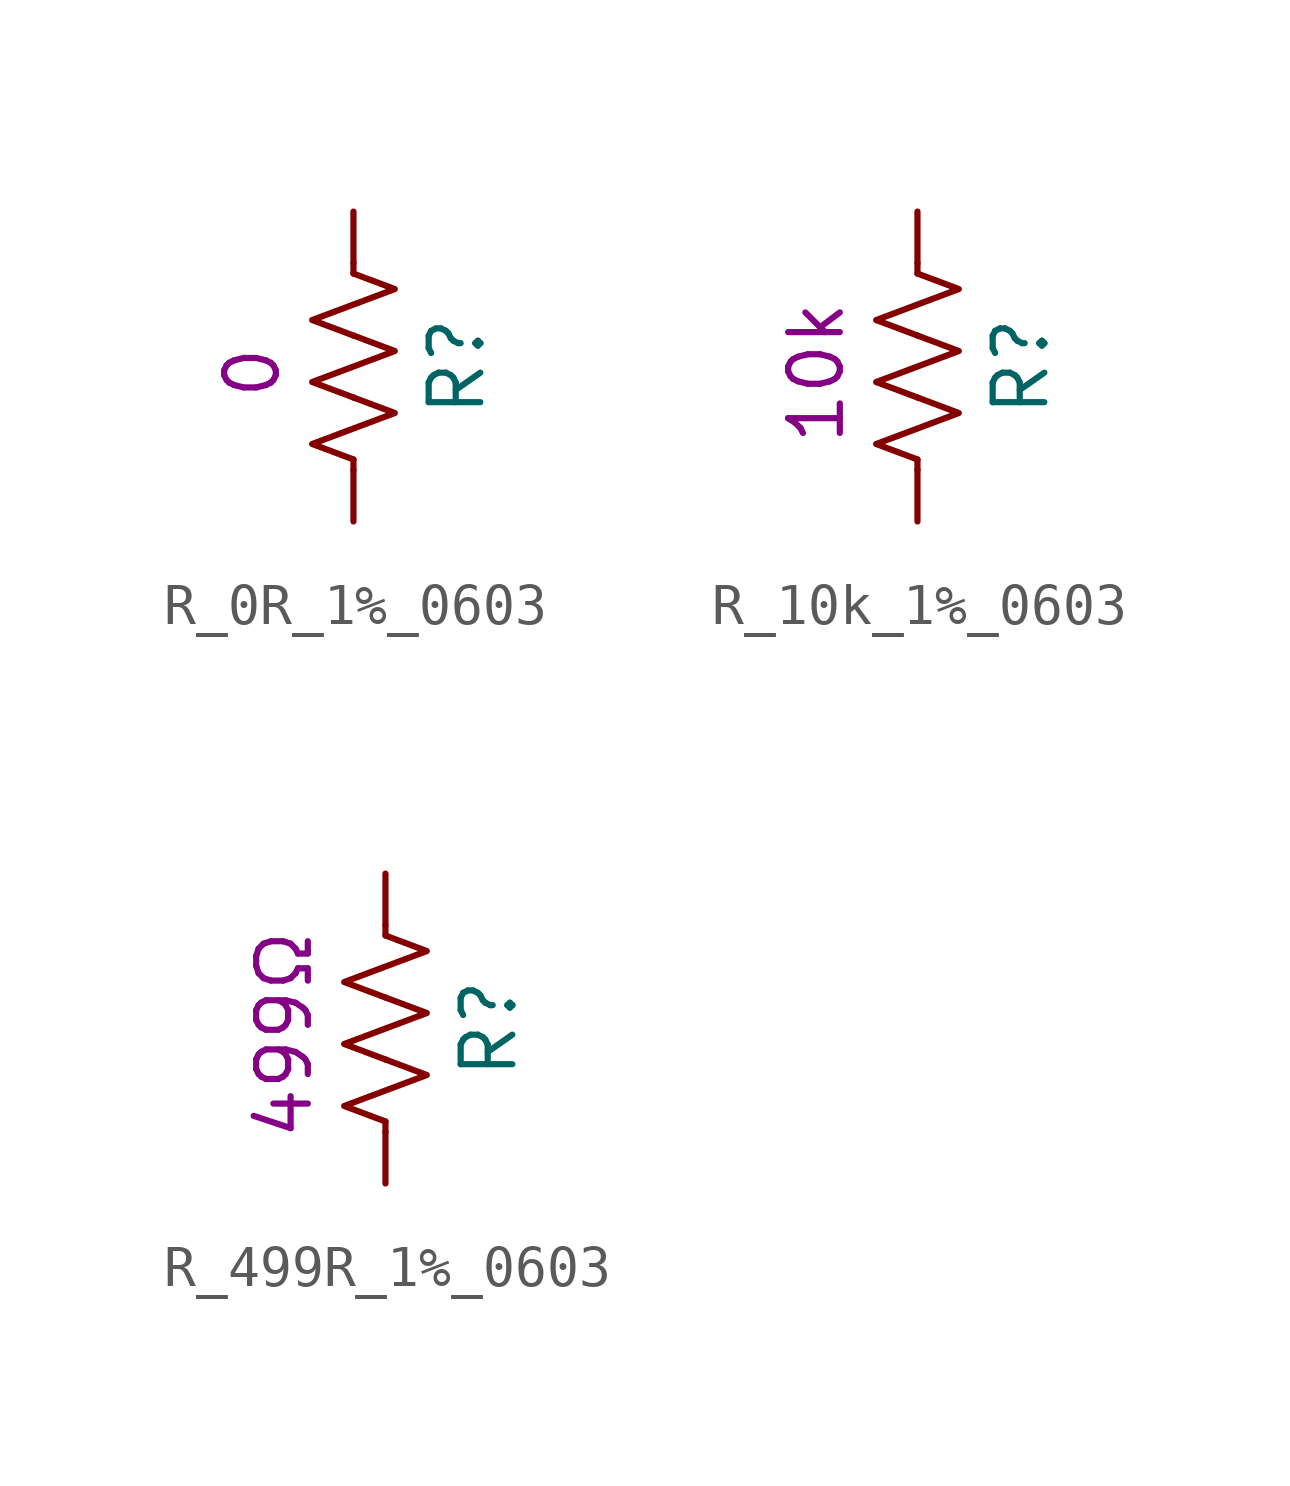
<source format=kicad_sym>
(kicad_symbol_lib
  (version 20211014)
  (generator kicad_symbol_editor)
  (symbol "R_0R_1%_0603"
    (pin_numbers hide)
    (pin_names
      (offset 0))
    (property "Reference" "R"
      (at 2.54 1.27 90)
      (effects (font (size 1.27 1.27))))
    (property "Res_value" "0"
      (at -2.489 1.118 90)
      (effects (font (size 1.27 1.27))))
    (symbol "R_0R_1%_0603_0_1"
      (polyline (pts (xy 0 -1.016) (xy 0 -1.27)) (stroke (width 0) (type default) (color 0 0 0 0)) (fill (type none)))
      (polyline (pts (xy 0 3.556) (xy 0 3.81)) (stroke (width 0) (type default) (color 0 0 0 0)) (fill (type none)))
      (polyline (pts (xy 0 0.508) (xy 1.016 0.127) (xy 0 -0.254) (xy -1.016 -0.635) (xy 0 -1.016)) (stroke (width 0) (type default) (color 0 0 0 0)) (fill (type none)))
      (polyline (pts (xy 0 2.032) (xy 1.016 1.651) (xy 0 1.27) (xy -1.016 0.889) (xy 0 0.508)) (stroke (width 0) (type default) (color 0 0 0 0)) (fill (type none)))
      (polyline (pts (xy 0 3.556) (xy 1.016 3.175) (xy 0 2.794) (xy -1.016 2.413) (xy 0 2.032)) (stroke (width 0) (type default) (color 0 0 0 0)) (fill (type none))))
    (symbol "R_0R_1%_0603_1_1"
      (pin passive line (at 0 5.08 270) (length 1.27) (name "~" (effects (font (size 1.27 1.27)))) (number "1" (effects (font (size 1.27 1.27)))))
      (pin passive line (at 0 -2.54 90) (length 1.27) (name "~" (effects (font (size 1.27 1.27)))) (number "2" (effects (font (size 1.27 1.27)))))))
  (symbol "R_10k_1%_0603"
    (pin_numbers hide)
    (pin_names
      (offset 0))
    (property "Reference" "R"
      (at 2.54 1.27 90)
      (effects (font (size 1.27 1.27))))
    (property "Res_value" "10k"
      (at -2.489 1.118 90)
      (effects (font (size 1.27 1.27))))
    (symbol "R_10k_1%_0603_0_1"
      (polyline (pts (xy 0 -1.016) (xy 0 -1.27)) (stroke (width 0) (type default) (color 0 0 0 0)) (fill (type none)))
      (polyline (pts (xy 0 3.556) (xy 0 3.81)) (stroke (width 0) (type default) (color 0 0 0 0)) (fill (type none)))
      (polyline (pts (xy 0 0.508) (xy 1.016 0.127) (xy 0 -0.254) (xy -1.016 -0.635) (xy 0 -1.016)) (stroke (width 0) (type default) (color 0 0 0 0)) (fill (type none)))
      (polyline (pts (xy 0 2.032) (xy 1.016 1.651) (xy 0 1.27) (xy -1.016 0.889) (xy 0 0.508)) (stroke (width 0) (type default) (color 0 0 0 0)) (fill (type none)))
      (polyline (pts (xy 0 3.556) (xy 1.016 3.175) (xy 0 2.794) (xy -1.016 2.413) (xy 0 2.032)) (stroke (width 0) (type default) (color 0 0 0 0)) (fill (type none))))
    (symbol "R_10k_1%_0603_1_1"
      (pin passive line (at 0 5.08 270) (length 1.27) (name "~" (effects (font (size 1.27 1.27)))) (number "1" (effects (font (size 1.27 1.27)))))
      (pin passive line (at 0 -2.54 90) (length 1.27) (name "~" (effects (font (size 1.27 1.27)))) (number "2" (effects (font (size 1.27 1.27)))))))
  (symbol "R_499R_1%_0603"
    (pin_numbers hide)
    (pin_names
      (offset 0))
    (property "Reference" "R"
      (at 2.54 1.27 90)
      (effects (font (size 1.27 1.27))))
    (property "Res_value" "499Ω"
      (at -2.489 1.118 90)
      (effects (font (size 1.27 1.27))))
    (symbol "R_499R_1%_0603_0_1"
      (polyline (pts (xy 0 -1.016) (xy 0 -1.27)) (stroke (width 0) (type default) (color 0 0 0 0)) (fill (type none)))
      (polyline (pts (xy 0 3.556) (xy 0 3.81)) (stroke (width 0) (type default) (color 0 0 0 0)) (fill (type none)))
      (polyline (pts (xy 0 0.508) (xy 1.016 0.127) (xy 0 -0.254) (xy -1.016 -0.635) (xy 0 -1.016)) (stroke (width 0) (type default) (color 0 0 0 0)) (fill (type none)))
      (polyline (pts (xy 0 2.032) (xy 1.016 1.651) (xy 0 1.27) (xy -1.016 0.889) (xy 0 0.508)) (stroke (width 0) (type default) (color 0 0 0 0)) (fill (type none)))
      (polyline (pts (xy 0 3.556) (xy 1.016 3.175) (xy 0 2.794) (xy -1.016 2.413) (xy 0 2.032)) (stroke (width 0) (type default) (color 0 0 0 0)) (fill (type none))))
    (symbol "R_499R_1%_0603_1_1"
      (pin passive line (at 0 5.08 270) (length 1.27) (name "~" (effects (font (size 1.27 1.27)))) (number "1" (effects (font (size 1.27 1.27)))))
      (pin passive line (at 0 -2.54 90) (length 1.27) (name "~" (effects (font (size 1.27 1.27)))) (number "2" (effects (font (size 1.27 1.27))))))))
</source>
